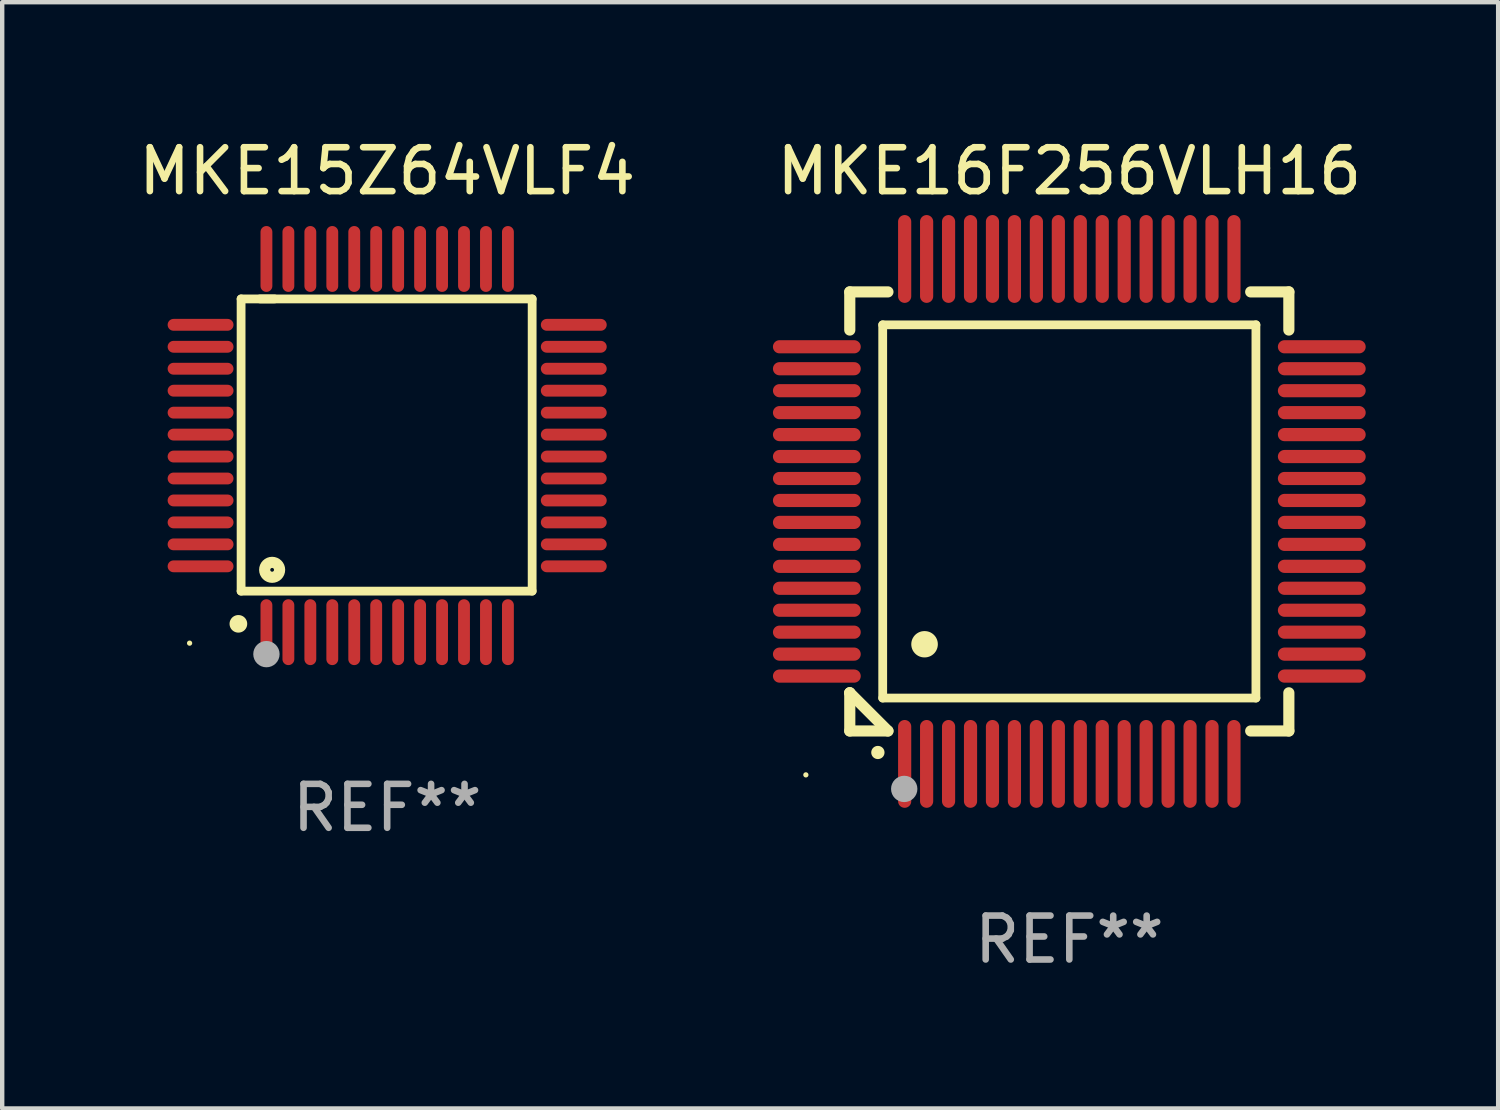
<source format=kicad_pcb>
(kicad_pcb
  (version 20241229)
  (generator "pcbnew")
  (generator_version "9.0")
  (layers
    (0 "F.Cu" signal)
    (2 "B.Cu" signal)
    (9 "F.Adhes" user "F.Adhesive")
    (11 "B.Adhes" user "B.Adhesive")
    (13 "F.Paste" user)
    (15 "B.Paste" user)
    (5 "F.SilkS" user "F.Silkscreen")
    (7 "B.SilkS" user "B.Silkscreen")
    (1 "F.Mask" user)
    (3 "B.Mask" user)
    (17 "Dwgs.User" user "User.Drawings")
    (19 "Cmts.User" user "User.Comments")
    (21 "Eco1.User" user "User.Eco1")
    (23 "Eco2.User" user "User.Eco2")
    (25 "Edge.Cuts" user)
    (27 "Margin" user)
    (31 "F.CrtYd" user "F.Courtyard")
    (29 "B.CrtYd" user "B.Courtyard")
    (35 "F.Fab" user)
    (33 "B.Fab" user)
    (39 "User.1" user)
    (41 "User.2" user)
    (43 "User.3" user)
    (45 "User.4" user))
  (footprint "MKE15Z64VLF4"
    (layer "F.Cu")
    (at 5.768 7.098)
    (property "Reference" "MKE15Z64VLF4" (at 0 -6.25 0) (layer "F.SilkS") (effects (font (size 1 1) (thickness 0.15))))
    (attr through_hole)
    (fp_line (start -3.327 -3.34) (end -2.565 -3.34) (stroke (width 0.2) (type solid)) (layer "F.SilkS"))
    (fp_line (start -3.327 3.315) (end -3.327 -3.34) (stroke (width 0.2) (type solid)) (layer "F.SilkS"))
    (fp_line (start -2.896 -3.34) (end 3.302 -3.34) (stroke (width 0.2) (type solid)) (layer "F.SilkS"))
    (fp_line (start 3.302 -3.34) (end 3.302 3.315) (stroke (width 0.2) (type solid)) (layer "F.SilkS"))
    (fp_line (start 3.302 3.315) (end -3.327 3.315) (stroke (width 0.2) (type solid)) (layer "F.SilkS"))
    (fp_arc (start -3.389992 4.059995) (mid -3.388722 4.059991) (end -3.387452 4.059995) (stroke (width 0.4) (type solid)) (layer "F.SilkS"))
    (fp_circle (center -4.5 4.5) (end -4.47 4.5) (stroke (width 0.06) (type solid)) (fill no) (layer "F.SilkS"))
    (fp_circle (center -2.62 2.83) (end -2.45 2.83) (stroke (width 0.254) (type solid)) (fill no) (layer "F.SilkS"))
    (fp_circle (center -2.75 4.75) (end -2.6 4.75) (stroke (width 0.3) (type solid)) (fill no) (layer "F.Fab"))
    (fp_text user "REF**" (at 0 8.25 0) (layer "F.Fab") (effects (font (size 1 1) (thickness 0.15))))
    (pad "1" smd oval (at -2.75 4.25) (size 0.27 1.5) (layers "F.Cu" "F.Mask" "F.Paste"))
    (pad "2" smd oval (at -2.25 4.25) (size 0.27 1.5) (layers "F.Cu" "F.Mask" "F.Paste"))
    (pad "3" smd oval (at -1.75 4.25) (size 0.27 1.5) (layers "F.Cu" "F.Mask" "F.Paste"))
    (pad "4" smd oval (at -1.25 4.25) (size 0.27 1.5) (layers "F.Cu" "F.Mask" "F.Paste"))
    (pad "5" smd oval (at -0.75 4.25) (size 0.27 1.5) (layers "F.Cu" "F.Mask" "F.Paste"))
    (pad "6" smd oval (at -0.25 4.25) (size 0.27 1.5) (layers "F.Cu" "F.Mask" "F.Paste"))
    (pad "7" smd oval (at 0.25 4.25) (size 0.27 1.5) (layers "F.Cu" "F.Mask" "F.Paste"))
    (pad "8" smd oval (at 0.75 4.25) (size 0.27 1.5) (layers "F.Cu" "F.Mask" "F.Paste"))
    (pad "9" smd oval (at 1.25 4.25) (size 0.27 1.5) (layers "F.Cu" "F.Mask" "F.Paste"))
    (pad "10" smd oval (at 1.75 4.25) (size 0.27 1.5) (layers "F.Cu" "F.Mask" "F.Paste"))
    (pad "11" smd oval (at 2.25 4.25) (size 0.27 1.5) (layers "F.Cu" "F.Mask" "F.Paste"))
    (pad "12" smd oval (at 2.75 4.25) (size 0.27 1.5) (layers "F.Cu" "F.Mask" "F.Paste"))
    (pad "13" smd oval (at 4.25 2.75) (size 1.5 0.27) (layers "F.Cu" "F.Mask" "F.Paste"))
    (pad "14" smd oval (at 4.25 2.25) (size 1.5 0.27) (layers "F.Cu" "F.Mask" "F.Paste"))
    (pad "15" smd oval (at 4.25 1.75) (size 1.5 0.27) (layers "F.Cu" "F.Mask" "F.Paste"))
    (pad "16" smd oval (at 4.25 1.25) (size 1.5 0.27) (layers "F.Cu" "F.Mask" "F.Paste"))
    (pad "17" smd oval (at 4.25 0.75) (size 1.5 0.27) (layers "F.Cu" "F.Mask" "F.Paste"))
    (pad "18" smd oval (at 4.25 0.25) (size 1.5 0.27) (layers "F.Cu" "F.Mask" "F.Paste"))
    (pad "19" smd oval (at 4.25 -0.25) (size 1.5 0.27) (layers "F.Cu" "F.Mask" "F.Paste"))
    (pad "20" smd oval (at 4.25 -0.75) (size 1.5 0.27) (layers "F.Cu" "F.Mask" "F.Paste"))
    (pad "21" smd oval (at 4.25 -1.25) (size 1.5 0.27) (layers "F.Cu" "F.Mask" "F.Paste"))
    (pad "22" smd oval (at 4.25 -1.75) (size 1.5 0.27) (layers "F.Cu" "F.Mask" "F.Paste"))
    (pad "23" smd oval (at 4.25 -2.25) (size 1.5 0.27) (layers "F.Cu" "F.Mask" "F.Paste"))
    (pad "24" smd oval (at 4.25 -2.75) (size 1.5 0.27) (layers "F.Cu" "F.Mask" "F.Paste"))
    (pad "25" smd oval (at 2.75 -4.25) (size 0.27 1.5) (layers "F.Cu" "F.Mask" "F.Paste"))
    (pad "26" smd oval (at 2.25 -4.25) (size 0.27 1.5) (layers "F.Cu" "F.Mask" "F.Paste"))
    (pad "27" smd oval (at 1.75 -4.25) (size 0.27 1.5) (layers "F.Cu" "F.Mask" "F.Paste"))
    (pad "28" smd oval (at 1.25 -4.25) (size 0.27 1.5) (layers "F.Cu" "F.Mask" "F.Paste"))
    (pad "29" smd oval (at 0.75 -4.25) (size 0.27 1.5) (layers "F.Cu" "F.Mask" "F.Paste"))
    (pad "30" smd oval (at 0.25 -4.25) (size 0.27 1.5) (layers "F.Cu" "F.Mask" "F.Paste"))
    (pad "31" smd oval (at -0.25 -4.25) (size 0.27 1.5) (layers "F.Cu" "F.Mask" "F.Paste"))
    (pad "32" smd oval (at -0.75 -4.25) (size 0.27 1.5) (layers "F.Cu" "F.Mask" "F.Paste"))
    (pad "33" smd oval (at -1.25 -4.25) (size 0.27 1.5) (layers "F.Cu" "F.Mask" "F.Paste"))
    (pad "34" smd oval (at -1.75 -4.25) (size 0.27 1.5) (layers "F.Cu" "F.Mask" "F.Paste"))
    (pad "35" smd oval (at -2.25 -4.25) (size 0.27 1.5) (layers "F.Cu" "F.Mask" "F.Paste"))
    (pad "36" smd oval (at -2.75 -4.25) (size 0.27 1.5) (layers "F.Cu" "F.Mask" "F.Paste"))
    (pad "37" smd oval (at -4.25 -2.75) (size 1.5 0.27) (layers "F.Cu" "F.Mask" "F.Paste"))
    (pad "38" smd oval (at -4.25 -2.25) (size 1.5 0.27) (layers "F.Cu" "F.Mask" "F.Paste"))
    (pad "39" smd oval (at -4.25 -1.75) (size 1.5 0.27) (layers "F.Cu" "F.Mask" "F.Paste"))
    (pad "40" smd oval (at -4.25 -1.25) (size 1.5 0.27) (layers "F.Cu" "F.Mask" "F.Paste"))
    (pad "41" smd oval (at -4.25 -0.75) (size 1.5 0.27) (layers "F.Cu" "F.Mask" "F.Paste"))
    (pad "42" smd oval (at -4.25 -0.25) (size 1.5 0.27) (layers "F.Cu" "F.Mask" "F.Paste"))
    (pad "43" smd oval (at -4.25 0.25) (size 1.5 0.27) (layers "F.Cu" "F.Mask" "F.Paste"))
    (pad "44" smd oval (at -4.25 0.75) (size 1.5 0.27) (layers "F.Cu" "F.Mask" "F.Paste"))
    (pad "45" smd oval (at -4.25 1.25) (size 1.5 0.27) (layers "F.Cu" "F.Mask" "F.Paste"))
    (pad "46" smd oval (at -4.25 1.75) (size 1.5 0.27) (layers "F.Cu" "F.Mask" "F.Paste"))
    (pad "47" smd oval (at -4.25 2.25) (size 1.5 0.27) (layers "F.Cu" "F.Mask" "F.Paste"))
    (pad "48" smd oval (at -4.25 2.75) (size 1.5 0.27) (layers "F.Cu" "F.Mask" "F.Paste")))
  (footprint "MKE16F256VLH16"
    (layer "F.Cu")
    (at 21.304 8.598)
    (property "Reference" "MKE16F256VLH16" (at 0 -7.75 0) (layer "F.SilkS") (effects (font (size 1 1) (thickness 0.15))))
    (attr through_hole)
    (fp_line (start -5 -5) (end -4.131 -5) (stroke (width 0.254) (type solid)) (layer "F.SilkS"))
    (fp_line (start -5 -4.131) (end -5 -5) (stroke (width 0.254) (type solid)) (layer "F.SilkS"))
    (fp_line (start -5 4.131) (end -5 4.131) (stroke (width 0.254) (type solid)) (layer "F.SilkS"))
    (fp_line (start -5 5) (end -5 4.131) (stroke (width 0.254) (type solid)) (layer "F.SilkS"))
    (fp_line (start -5 4.131) (end -4.131 5) (stroke (width 0.254) (type solid)) (layer "F.SilkS"))
    (fp_line (start -4.25 -4.25) (end -4.25 4.25) (stroke (width 0.2) (type solid)) (layer "F.SilkS"))
    (fp_line (start -4.25 4.25) (end 4.25 4.25) (stroke (width 0.2) (type solid)) (layer "F.SilkS"))
    (fp_line (start -4.131 5) (end -5 5) (stroke (width 0.254) (type solid)) (layer "F.SilkS"))
    (fp_line (start 4.25 -4.25) (end -4.25 -4.25) (stroke (width 0.2) (type solid)) (layer "F.SilkS"))
    (fp_line (start 4.25 4.25) (end 4.25 -4.25) (stroke (width 0.2) (type solid)) (layer "F.SilkS"))
    (fp_line (start 5 -5) (end 4.131 -5) (stroke (width 0.254) (type solid)) (layer "F.SilkS"))
    (fp_line (start 5 -5) (end 5 -4.131) (stroke (width 0.254) (type solid)) (layer "F.SilkS"))
    (fp_line (start 5 4.131) (end 5 5) (stroke (width 0.254) (type solid)) (layer "F.SilkS"))
    (fp_line (start 5 5) (end 4.131 5) (stroke (width 0.254) (type solid)) (layer "F.SilkS"))
    (fp_arc (start -4.361265 5.489992) (mid -4.359995 5.489987) (end -4.358725 5.489992) (stroke (width 0.3) (type solid)) (layer "F.SilkS"))
    (fp_arc (start -3.299467 3.025146) (mid -3.296927 3.025135) (end -3.294387 3.025146) (stroke (width 0.6) (type solid)) (layer "F.SilkS"))
    (fp_circle (center -6 6) (end -5.97 6) (stroke (width 0.06) (type solid)) (fill no) (layer "F.SilkS"))
    (fp_circle (center -3.76 6.32) (end -3.61 6.32) (stroke (width 0.3) (type solid)) (fill no) (layer "F.Fab"))
    (fp_text user "REF**" (at 0 9.75 0) (layer "F.Fab") (effects (font (size 1 1) (thickness 0.15))))
    (pad "1" smd oval (at -3.75 5.75) (size 0.3 2) (layers "F.Cu" "F.Mask" "F.Paste"))
    (pad "2" smd oval (at -3.25 5.75) (size 0.3 2) (layers "F.Cu" "F.Mask" "F.Paste"))
    (pad "3" smd oval (at -2.75 5.75) (size 0.3 2) (layers "F.Cu" "F.Mask" "F.Paste"))
    (pad "4" smd oval (at -2.25 5.75) (size 0.3 2) (layers "F.Cu" "F.Mask" "F.Paste"))
    (pad "5" smd oval (at -1.75 5.75) (size 0.3 2) (layers "F.Cu" "F.Mask" "F.Paste"))
    (pad "6" smd oval (at -1.25 5.75) (size 0.3 2) (layers "F.Cu" "F.Mask" "F.Paste"))
    (pad "7" smd oval (at -0.75 5.75) (size 0.3 2) (layers "F.Cu" "F.Mask" "F.Paste"))
    (pad "8" smd oval (at -0.25 5.75) (size 0.3 2) (layers "F.Cu" "F.Mask" "F.Paste"))
    (pad "9" smd oval (at 0.25 5.75) (size 0.3 2) (layers "F.Cu" "F.Mask" "F.Paste"))
    (pad "10" smd oval (at 0.75 5.75) (size 0.3 2) (layers "F.Cu" "F.Mask" "F.Paste"))
    (pad "11" smd oval (at 1.25 5.75) (size 0.3 2) (layers "F.Cu" "F.Mask" "F.Paste"))
    (pad "12" smd oval (at 1.75 5.75) (size 0.3 2) (layers "F.Cu" "F.Mask" "F.Paste"))
    (pad "13" smd oval (at 2.25 5.75) (size 0.3 2) (layers "F.Cu" "F.Mask" "F.Paste"))
    (pad "14" smd oval (at 2.75 5.75) (size 0.3 2) (layers "F.Cu" "F.Mask" "F.Paste"))
    (pad "15" smd oval (at 3.25 5.75) (size 0.3 2) (layers "F.Cu" "F.Mask" "F.Paste"))
    (pad "16" smd oval (at 3.75 5.75) (size 0.3 2) (layers "F.Cu" "F.Mask" "F.Paste"))
    (pad "17" smd oval (at 5.75 3.75) (size 2 0.3) (layers "F.Cu" "F.Mask" "F.Paste"))
    (pad "18" smd oval (at 5.75 3.25) (size 2 0.3) (layers "F.Cu" "F.Mask" "F.Paste"))
    (pad "19" smd oval (at 5.75 2.75) (size 2 0.3) (layers "F.Cu" "F.Mask" "F.Paste"))
    (pad "20" smd oval (at 5.75 2.25) (size 2 0.3) (layers "F.Cu" "F.Mask" "F.Paste"))
    (pad "21" smd oval (at 5.75 1.75) (size 2 0.3) (layers "F.Cu" "F.Mask" "F.Paste"))
    (pad "22" smd oval (at 5.75 1.25) (size 2 0.3) (layers "F.Cu" "F.Mask" "F.Paste"))
    (pad "23" smd oval (at 5.75 0.75) (size 2 0.3) (layers "F.Cu" "F.Mask" "F.Paste"))
    (pad "24" smd oval (at 5.75 0.25) (size 2 0.3) (layers "F.Cu" "F.Mask" "F.Paste"))
    (pad "25" smd oval (at 5.75 -0.25) (size 2 0.3) (layers "F.Cu" "F.Mask" "F.Paste"))
    (pad "26" smd oval (at 5.75 -0.75) (size 2 0.3) (layers "F.Cu" "F.Mask" "F.Paste"))
    (pad "27" smd oval (at 5.75 -1.25) (size 2 0.3) (layers "F.Cu" "F.Mask" "F.Paste"))
    (pad "28" smd oval (at 5.75 -1.75) (size 2 0.3) (layers "F.Cu" "F.Mask" "F.Paste"))
    (pad "29" smd oval (at 5.75 -2.25) (size 2 0.3) (layers "F.Cu" "F.Mask" "F.Paste"))
    (pad "30" smd oval (at 5.75 -2.75) (size 2 0.3) (layers "F.Cu" "F.Mask" "F.Paste"))
    (pad "31" smd oval (at 5.75 -3.25) (size 2 0.3) (layers "F.Cu" "F.Mask" "F.Paste"))
    (pad "32" smd oval (at 5.75 -3.75) (size 2 0.3) (layers "F.Cu" "F.Mask" "F.Paste"))
    (pad "33" smd oval (at 3.75 -5.75) (size 0.3 2) (layers "F.Cu" "F.Mask" "F.Paste"))
    (pad "34" smd oval (at 3.25 -5.75) (size 0.3 2) (layers "F.Cu" "F.Mask" "F.Paste"))
    (pad "35" smd oval (at 2.75 -5.75) (size 0.3 2) (layers "F.Cu" "F.Mask" "F.Paste"))
    (pad "36" smd oval (at 2.25 -5.75) (size 0.3 2) (layers "F.Cu" "F.Mask" "F.Paste"))
    (pad "37" smd oval (at 1.75 -5.75) (size 0.3 2) (layers "F.Cu" "F.Mask" "F.Paste"))
    (pad "38" smd oval (at 1.25 -5.75) (size 0.3 2) (layers "F.Cu" "F.Mask" "F.Paste"))
    (pad "39" smd oval (at 0.75 -5.75) (size 0.3 2) (layers "F.Cu" "F.Mask" "F.Paste"))
    (pad "40" smd oval (at 0.25 -5.75) (size 0.3 2) (layers "F.Cu" "F.Mask" "F.Paste"))
    (pad "41" smd oval (at -0.25 -5.75) (size 0.3 2) (layers "F.Cu" "F.Mask" "F.Paste"))
    (pad "42" smd oval (at -0.75 -5.75) (size 0.3 2) (layers "F.Cu" "F.Mask" "F.Paste"))
    (pad "43" smd oval (at -1.25 -5.75) (size 0.3 2) (layers "F.Cu" "F.Mask" "F.Paste"))
    (pad "44" smd oval (at -1.75 -5.75) (size 0.3 2) (layers "F.Cu" "F.Mask" "F.Paste"))
    (pad "45" smd oval (at -2.25 -5.75) (size 0.3 2) (layers "F.Cu" "F.Mask" "F.Paste"))
    (pad "46" smd oval (at -2.75 -5.75) (size 0.3 2) (layers "F.Cu" "F.Mask" "F.Paste"))
    (pad "47" smd oval (at -3.25 -5.75) (size 0.3 2) (layers "F.Cu" "F.Mask" "F.Paste"))
    (pad "48" smd oval (at -3.75 -5.75) (size 0.3 2) (layers "F.Cu" "F.Mask" "F.Paste"))
    (pad "49" smd oval (at -5.75 -3.75) (size 2 0.3) (layers "F.Cu" "F.Mask" "F.Paste"))
    (pad "50" smd oval (at -5.75 -3.25) (size 2 0.3) (layers "F.Cu" "F.Mask" "F.Paste"))
    (pad "51" smd oval (at -5.75 -2.75) (size 2 0.3) (layers "F.Cu" "F.Mask" "F.Paste"))
    (pad "52" smd oval (at -5.75 -2.25) (size 2 0.3) (layers "F.Cu" "F.Mask" "F.Paste"))
    (pad "53" smd oval (at -5.75 -1.75) (size 2 0.3) (layers "F.Cu" "F.Mask" "F.Paste"))
    (pad "54" smd oval (at -5.75 -1.25) (size 2 0.3) (layers "F.Cu" "F.Mask" "F.Paste"))
    (pad "55" smd oval (at -5.75 -0.75) (size 2 0.3) (layers "F.Cu" "F.Mask" "F.Paste"))
    (pad "56" smd oval (at -5.75 -0.25) (size 2 0.3) (layers "F.Cu" "F.Mask" "F.Paste"))
    (pad "57" smd oval (at -5.75 0.25) (size 2 0.3) (layers "F.Cu" "F.Mask" "F.Paste"))
    (pad "58" smd oval (at -5.75 0.75) (size 2 0.3) (layers "F.Cu" "F.Mask" "F.Paste"))
    (pad "59" smd oval (at -5.75 1.25) (size 2 0.3) (layers "F.Cu" "F.Mask" "F.Paste"))
    (pad "60" smd oval (at -5.75 1.75) (size 2 0.3) (layers "F.Cu" "F.Mask" "F.Paste"))
    (pad "61" smd oval (at -5.75 2.25) (size 2 0.3) (layers "F.Cu" "F.Mask" "F.Paste"))
    (pad "62" smd oval (at -5.75 2.75) (size 2 0.3) (layers "F.Cu" "F.Mask" "F.Paste"))
    (pad "63" smd oval (at -5.75 3.25) (size 2 0.3) (layers "F.Cu" "F.Mask" "F.Paste"))
    (pad "64" smd oval (at -5.75 3.75) (size 2 0.3) (layers "F.Cu" "F.Mask" "F.Paste")))
  (gr_rect
    (start -3 -3)
    (end 31.071 22.196)
    (stroke (width 0.1) (type default))
    (fill no)
    (layer "Edge.Cuts")))
</source>
